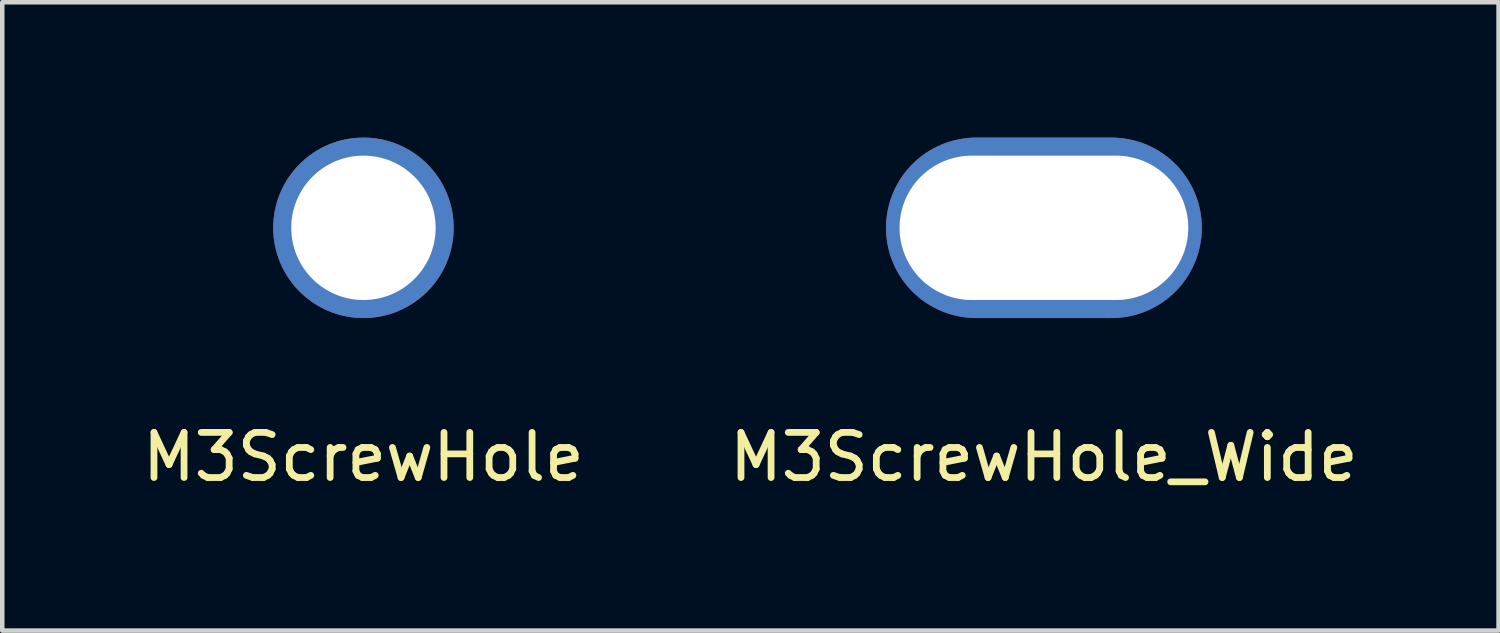
<source format=kicad_pcb>
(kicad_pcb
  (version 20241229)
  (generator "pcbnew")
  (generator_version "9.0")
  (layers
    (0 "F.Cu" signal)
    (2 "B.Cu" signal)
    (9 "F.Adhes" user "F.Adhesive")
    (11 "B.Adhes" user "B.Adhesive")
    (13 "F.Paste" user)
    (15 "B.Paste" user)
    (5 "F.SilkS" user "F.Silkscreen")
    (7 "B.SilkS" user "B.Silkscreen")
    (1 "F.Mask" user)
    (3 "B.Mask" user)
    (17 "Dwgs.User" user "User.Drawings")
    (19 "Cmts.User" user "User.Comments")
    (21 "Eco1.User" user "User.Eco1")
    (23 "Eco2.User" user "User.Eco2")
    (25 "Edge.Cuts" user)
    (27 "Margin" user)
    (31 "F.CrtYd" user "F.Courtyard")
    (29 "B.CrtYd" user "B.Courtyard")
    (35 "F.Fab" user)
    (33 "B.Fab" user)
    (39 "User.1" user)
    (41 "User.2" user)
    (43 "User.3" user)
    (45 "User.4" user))
  (footprint "M3ScrewHole_Wide"
    (layer "F.Cu")
    (at 20.089 2)
    (property "Reference" "M3ScrewHole_Wide" (at 0 5.08 0) (layer "F.SilkS") (effects (font (size 1 1) (thickness 0.15))))
    (attr through_hole)
    (pad "1" thru_hole oval (at 0 0) (size 7 4) (drill oval 6.4 3.2) (layers "*.Cu" "*.Mask")))
  (footprint "M3ScrewHole"
    (layer "F.Cu")
    (at 5.006 2)
    (property "Reference" "M3ScrewHole" (at 0 5.08 0) (layer "F.SilkS") (effects (font (size 1 1) (thickness 0.15))))
    (attr through_hole)
    (pad "1" thru_hole circle (at 0 0) (size 4 4) (drill 3.2) (layers "*.Cu" "*.Mask")))
  (gr_rect
    (start -3 -3)
    (end 30.167 10.928)
    (stroke (width 0.1) (type default))
    (fill no)
    (layer "Edge.Cuts")))
</source>
